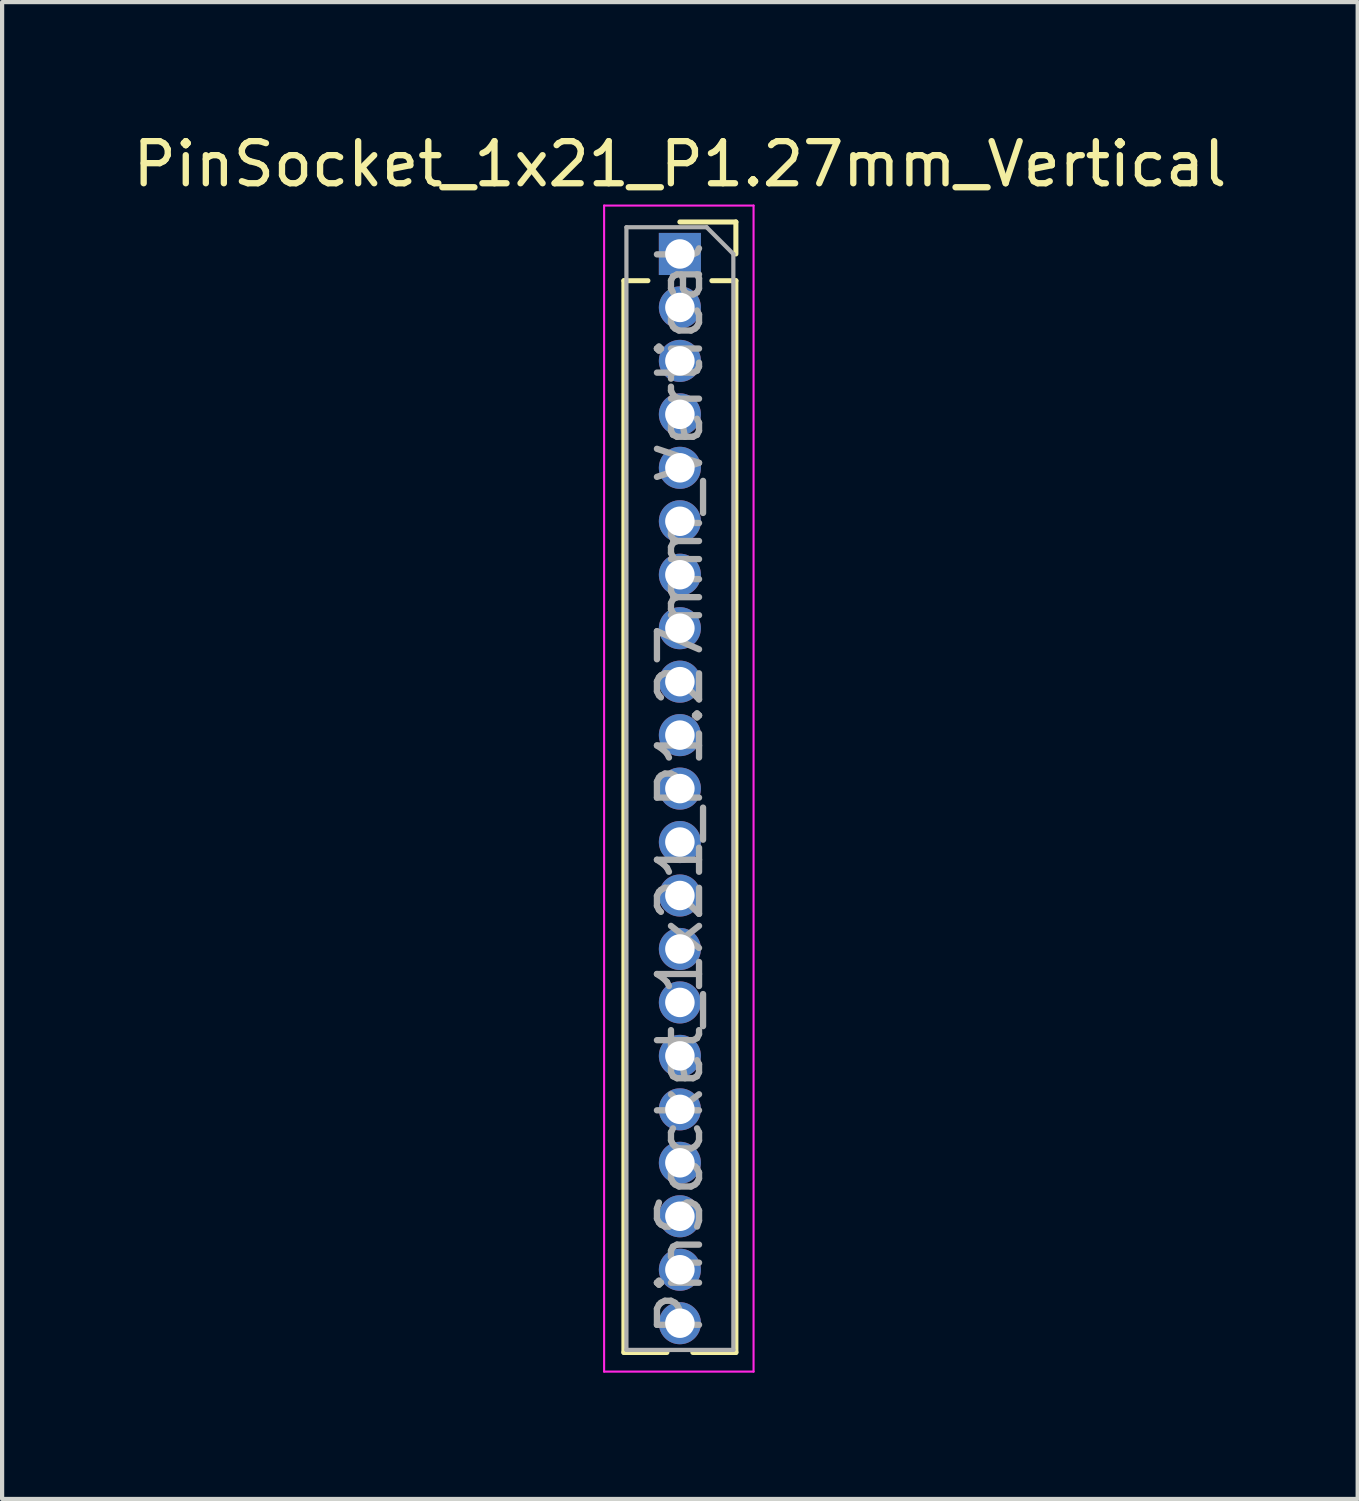
<source format=kicad_pcb>
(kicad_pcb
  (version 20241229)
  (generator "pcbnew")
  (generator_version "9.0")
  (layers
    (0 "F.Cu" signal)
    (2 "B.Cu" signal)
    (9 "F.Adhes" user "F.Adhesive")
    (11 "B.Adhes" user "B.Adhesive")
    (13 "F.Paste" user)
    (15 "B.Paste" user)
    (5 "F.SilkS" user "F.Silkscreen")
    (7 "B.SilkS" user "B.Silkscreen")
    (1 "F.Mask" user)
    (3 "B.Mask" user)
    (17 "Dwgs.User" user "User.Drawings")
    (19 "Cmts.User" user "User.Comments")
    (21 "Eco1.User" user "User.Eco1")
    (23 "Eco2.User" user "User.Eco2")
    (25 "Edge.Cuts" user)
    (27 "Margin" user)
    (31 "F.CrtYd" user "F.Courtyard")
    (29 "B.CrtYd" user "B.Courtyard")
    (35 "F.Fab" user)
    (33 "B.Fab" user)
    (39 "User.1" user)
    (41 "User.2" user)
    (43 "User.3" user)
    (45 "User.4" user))
  (footprint "PinSocket_1x21_P1.27mm_Vertical"
    (layer "F.Cu")
    (at 13.101 2.983)
    (property "Reference" "PinSocket_1x21_P1.27mm_Vertical" (at 0 -2.135 0) (layer "F.SilkS") (effects (font (size 1 1) (thickness 0.15))))
    (attr through_hole)
    (fp_line (start -1.33 0.635) (end -1.33 26.095) (stroke (width 0.12) (type solid)) (layer "F.SilkS"))
    (fp_line (start -1.33 0.635) (end -0.76 0.635) (stroke (width 0.12) (type solid)) (layer "F.SilkS"))
    (fp_line (start -1.33 26.095) (end -0.308 26.095) (stroke (width 0.12) (type solid)) (layer "F.SilkS"))
    (fp_line (start 0 -0.76) (end 1.33 -0.76) (stroke (width 0.12) (type solid)) (layer "F.SilkS"))
    (fp_line (start 0.308 26.095) (end 1.33 26.095) (stroke (width 0.12) (type solid)) (layer "F.SilkS"))
    (fp_line (start 0.76 0.635) (end 1.33 0.635) (stroke (width 0.12) (type solid)) (layer "F.SilkS"))
    (fp_line (start 1.33 -0.76) (end 1.33 0) (stroke (width 0.12) (type solid)) (layer "F.SilkS"))
    (fp_line (start 1.33 0.635) (end 1.33 26.095) (stroke (width 0.12) (type solid)) (layer "F.SilkS"))
    (fp_line (start -1.8 -1.15) (end 1.75 -1.15) (stroke (width 0.05) (type solid)) (layer "F.CrtYd"))
    (fp_line (start -1.8 26.55) (end -1.8 -1.15) (stroke (width 0.05) (type solid)) (layer "F.CrtYd"))
    (fp_line (start 1.75 -1.15) (end 1.75 26.55) (stroke (width 0.05) (type solid)) (layer "F.CrtYd"))
    (fp_line (start 1.75 26.55) (end -1.8 26.55) (stroke (width 0.05) (type solid)) (layer "F.CrtYd"))
    (fp_line (start -1.27 -0.635) (end 0.635 -0.635) (stroke (width 0.1) (type solid)) (layer "F.Fab"))
    (fp_line (start -1.27 26.035) (end -1.27 -0.635) (stroke (width 0.1) (type solid)) (layer "F.Fab"))
    (fp_line (start 0.635 -0.635) (end 1.27 0) (stroke (width 0.1) (type solid)) (layer "F.Fab"))
    (fp_line (start 1.27 0) (end 1.27 26.035) (stroke (width 0.1) (type solid)) (layer "F.Fab"))
    (fp_line (start 1.27 26.035) (end -1.27 26.035) (stroke (width 0.1) (type solid)) (layer "F.Fab"))
    (fp_text user "${REFERENCE}" (at 0 12.7 90) (layer "F.Fab") (effects (font (size 1 1) (thickness 0.15))))
    (pad "1" thru_hole rect (at 0 0) (size 1 1) (drill 0.7) (layers "*.Cu" "*.Mask"))
    (pad "2" thru_hole oval (at 0 1.27) (size 1 1) (drill 0.7) (layers "*.Cu" "*.Mask"))
    (pad "3" thru_hole oval (at 0 2.54) (size 1 1) (drill 0.7) (layers "*.Cu" "*.Mask"))
    (pad "4" thru_hole oval (at 0 3.81) (size 1 1) (drill 0.7) (layers "*.Cu" "*.Mask"))
    (pad "5" thru_hole oval (at 0 5.08) (size 1 1) (drill 0.7) (layers "*.Cu" "*.Mask"))
    (pad "6" thru_hole oval (at 0 6.35) (size 1 1) (drill 0.7) (layers "*.Cu" "*.Mask"))
    (pad "7" thru_hole oval (at 0 7.62) (size 1 1) (drill 0.7) (layers "*.Cu" "*.Mask"))
    (pad "8" thru_hole oval (at 0 8.89) (size 1 1) (drill 0.7) (layers "*.Cu" "*.Mask"))
    (pad "9" thru_hole oval (at 0 10.16) (size 1 1) (drill 0.7) (layers "*.Cu" "*.Mask"))
    (pad "10" thru_hole oval (at 0 11.43) (size 1 1) (drill 0.7) (layers "*.Cu" "*.Mask"))
    (pad "11" thru_hole oval (at 0 12.7) (size 1 1) (drill 0.7) (layers "*.Cu" "*.Mask"))
    (pad "12" thru_hole oval (at 0 13.97) (size 1 1) (drill 0.7) (layers "*.Cu" "*.Mask"))
    (pad "13" thru_hole oval (at 0 15.24) (size 1 1) (drill 0.7) (layers "*.Cu" "*.Mask"))
    (pad "14" thru_hole oval (at 0 16.51) (size 1 1) (drill 0.7) (layers "*.Cu" "*.Mask"))
    (pad "15" thru_hole oval (at 0 17.78) (size 1 1) (drill 0.7) (layers "*.Cu" "*.Mask"))
    (pad "16" thru_hole oval (at 0 19.05) (size 1 1) (drill 0.7) (layers "*.Cu" "*.Mask"))
    (pad "17" thru_hole oval (at 0 20.32) (size 1 1) (drill 0.7) (layers "*.Cu" "*.Mask"))
    (pad "18" thru_hole oval (at 0 21.59) (size 1 1) (drill 0.7) (layers "*.Cu" "*.Mask"))
    (pad "19" thru_hole oval (at 0 22.86) (size 1 1) (drill 0.7) (layers "*.Cu" "*.Mask"))
    (pad "20" thru_hole oval (at 0 24.13) (size 1 1) (drill 0.7) (layers "*.Cu" "*.Mask"))
    (pad "21" thru_hole oval (at 0 25.4) (size 1 1) (drill 0.7) (layers "*.Cu" "*.Mask")))
  (gr_rect
    (start -3 -3)
    (end 29.202 32.558)
    (stroke (width 0.1) (type default))
    (fill no)
    (layer "Edge.Cuts")))
</source>
